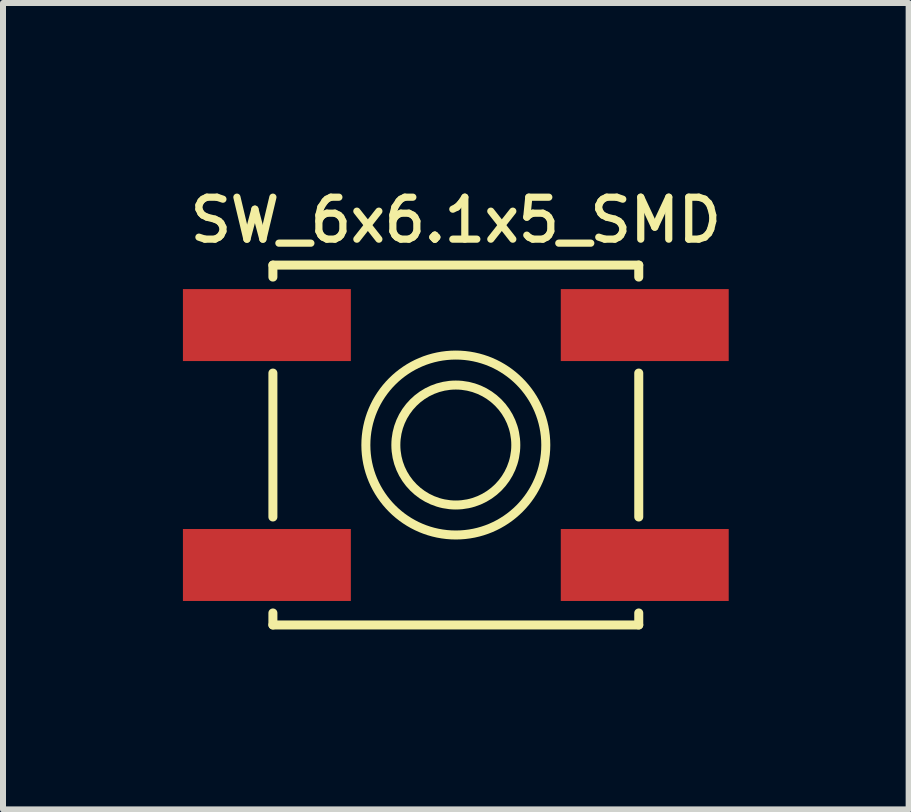
<source format=kicad_pcb>
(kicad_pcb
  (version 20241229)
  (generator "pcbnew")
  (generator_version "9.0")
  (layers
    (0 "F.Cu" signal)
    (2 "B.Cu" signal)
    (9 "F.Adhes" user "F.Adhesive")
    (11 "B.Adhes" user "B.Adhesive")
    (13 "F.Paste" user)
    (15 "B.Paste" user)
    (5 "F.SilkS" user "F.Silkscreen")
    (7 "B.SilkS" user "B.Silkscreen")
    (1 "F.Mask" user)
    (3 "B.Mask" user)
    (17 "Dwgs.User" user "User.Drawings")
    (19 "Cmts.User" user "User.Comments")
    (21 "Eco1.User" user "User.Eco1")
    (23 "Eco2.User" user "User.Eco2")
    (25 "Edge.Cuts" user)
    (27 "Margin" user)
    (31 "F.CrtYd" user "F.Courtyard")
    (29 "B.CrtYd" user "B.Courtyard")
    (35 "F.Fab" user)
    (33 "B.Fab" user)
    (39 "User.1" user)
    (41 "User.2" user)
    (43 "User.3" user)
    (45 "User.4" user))
  (footprint "SW_6x6.1x5_SMD"
    (layer "F.Cu")
    (at 4.55 4.37)
    (property "Reference" "SW_6x6.1x5_SMD" (at 0 -3.75 0) (layer "F.SilkS") (effects (font (size 0.7 0.7) (thickness 0.12))))
    (attr smd)
    (fp_line (start -3.05 -3) (end -3.05 -2.8) (stroke (width 0.15) (type solid)) (layer "F.SilkS"))
    (fp_line (start -3.05 -1.2) (end -3.05 1.2) (stroke (width 0.15) (type solid)) (layer "F.SilkS"))
    (fp_line (start -3.05 3) (end -3.05 2.8) (stroke (width 0.15) (type solid)) (layer "F.SilkS"))
    (fp_line (start -3.05 3) (end 3.05 3) (stroke (width 0.15) (type solid)) (layer "F.SilkS"))
    (fp_line (start 3.05 -3) (end -3.05 -3) (stroke (width 0.15) (type solid)) (layer "F.SilkS"))
    (fp_line (start 3.05 -3) (end 3.05 -2.8) (stroke (width 0.15) (type solid)) (layer "F.SilkS"))
    (fp_line (start 3.05 -1.2) (end 3.05 1.2) (stroke (width 0.15) (type solid)) (layer "F.SilkS"))
    (fp_line (start 3.05 3) (end 3.05 2.8) (stroke (width 0.15) (type solid)) (layer "F.SilkS"))
    (fp_circle (center 0 0) (end 1 0) (stroke (width 0.15) (type solid)) (fill no) (layer "F.SilkS"))
    (fp_circle (center 0 0) (end 1.5 0) (stroke (width 0.15) (type solid)) (fill no) (layer "F.SilkS"))
    (pad "1" smd rect (at -3.15 -2) (size 2.8 1.2) (layers "F.Cu" "F.Mask" "F.Paste"))
    (pad "1" smd rect (at 3.15 -2) (size 2.8 1.2) (layers "F.Cu" "F.Mask" "F.Paste"))
    (pad "2" smd rect (at -3.15 2) (size 2.8 1.2) (layers "F.Cu" "F.Mask" "F.Paste"))
    (pad "2" smd rect (at 3.15 2) (size 2.8 1.2) (layers "F.Cu" "F.Mask" "F.Paste")))
  (gr_rect
    (start -3 -3)
    (end 12.1 10.445)
    (stroke (width 0.1) (type default))
    (fill no)
    (layer "Edge.Cuts")))
</source>
